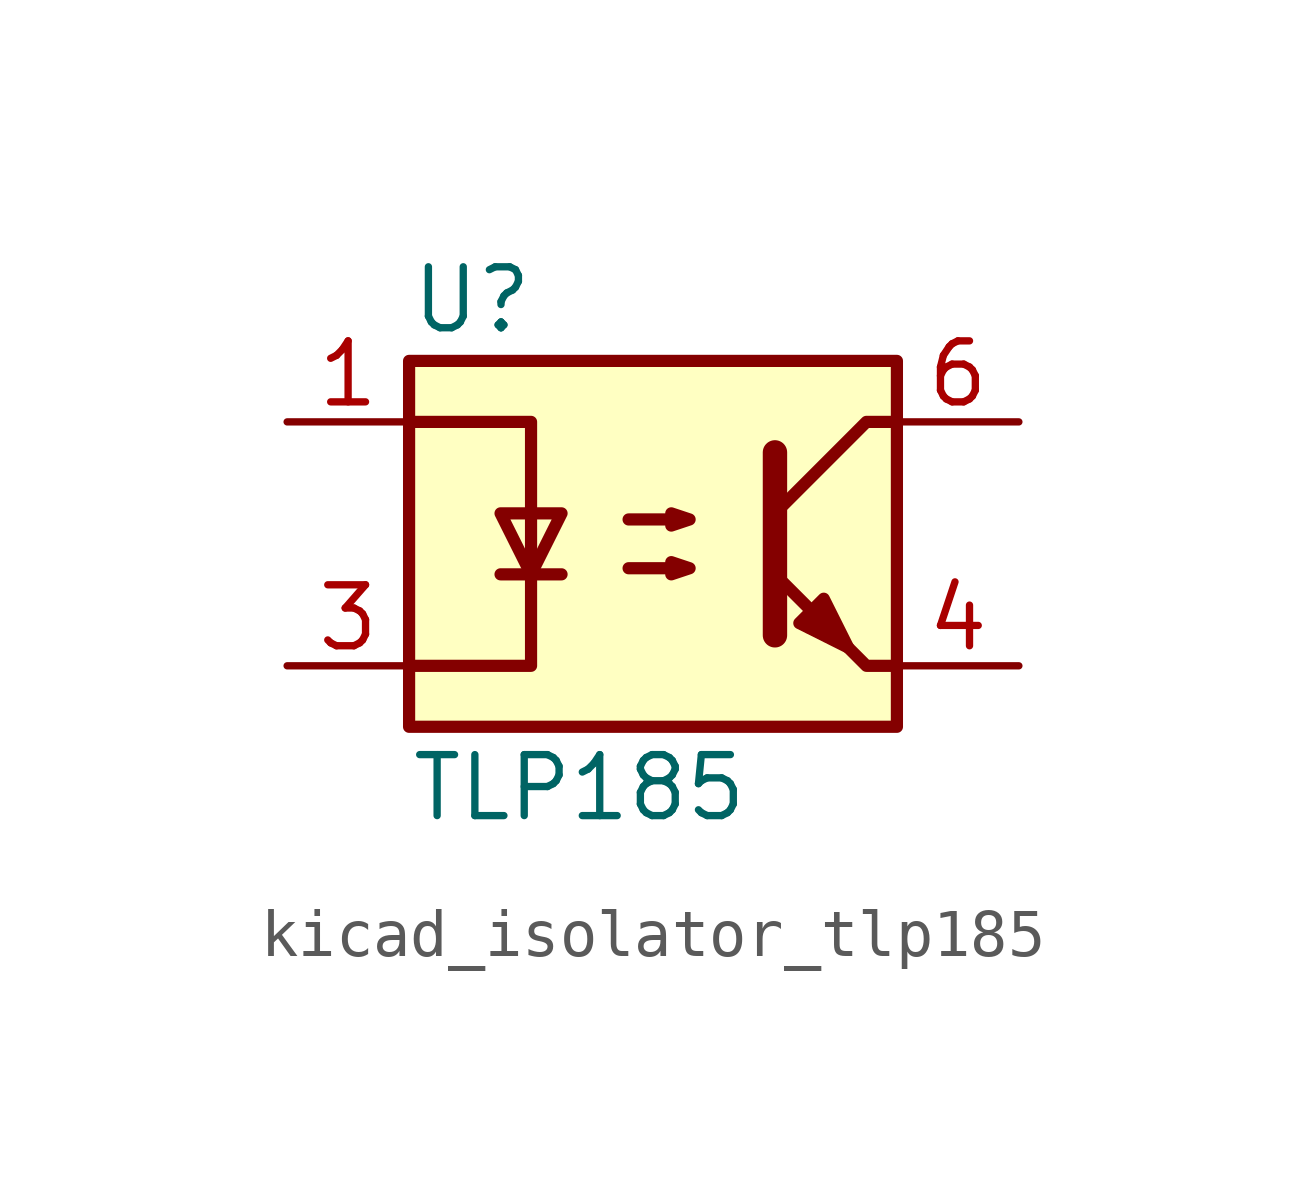
<source format=kicad_sym>
(kicad_symbol_lib
  (version 20220914)
  (generator kicad_symbol_editor)
  (symbol "kicad_isolator_tlp185"
    (property "Reference" "U"
      (at -5.08 5.08 0)
      (effects (font (size 1.27 1.27)) (justify left)))
    (property "Value" "TLP185"
      (at -5.08 -5.08 0)
      (effects (font (size 1.27 1.27)) (justify left)))
    (symbol "kicad_isolator_tlp185_0_1"
      (rectangle (start -5.08 3.81) (end 5.08 -3.81) (stroke (width 0.254) (type default)) (fill (type background)))
      (polyline (pts (xy -3.175 -0.635) (xy -1.905 -0.635)) (stroke (width 0.254) (type default)) (fill (type none)))
      (polyline (pts (xy 2.54 1.905) (xy 2.54 -1.905) (xy 2.54 -1.905)) (stroke (width 0.508) (type default)) (fill (type none)))
      (polyline (pts (xy 5.08 -2.54) (xy 4.445 -2.54) (xy 2.54 -0.635)) (stroke (width 0.254) (type default)) (fill (type none)))
      (polyline (pts (xy 5.08 2.54) (xy 4.445 2.54) (xy 2.54 0.635)) (stroke (width 0.254) (type default)) (fill (type none)))
      (polyline (pts (xy -5.08 -2.54) (xy -2.54 -2.54) (xy -2.54 2.54) (xy -5.08 2.54)) (stroke (width 0.254) (type default)) (fill (type none)))
      (polyline (pts (xy -2.54 -0.635) (xy -3.175 0.635) (xy -1.905 0.635) (xy -2.54 -0.635)) (stroke (width 0.254) (type default)) (fill (type none)))
      (polyline (pts (xy -0.508 -0.508) (xy 0.762 -0.508) (xy 0.381 -0.635) (xy 0.381 -0.381) (xy 0.762 -0.508)) (stroke (width 0.254) (type default)) (fill (type none)))
      (polyline (pts (xy -0.508 0.508) (xy 0.762 0.508) (xy 0.381 0.381) (xy 0.381 0.635) (xy 0.762 0.508)) (stroke (width 0.254) (type default)) (fill (type none)))
      (polyline (pts (xy 3.048 -1.651) (xy 3.556 -1.143) (xy 4.064 -2.159) (xy 3.048 -1.651) (xy 3.048 -1.651)) (stroke (width 0.254) (type default)) (fill (type outline))))
    (symbol "kicad_isolator_tlp185_1_1"
      (pin passive line (at -7.62 2.54 0) (length 2.54) (name "~" (effects (font (size 1.27 1.27)))) (number "1" (effects (font (size 1.27 1.27)))))
      (pin passive line (at -7.62 -2.54 0) (length 2.54) (name "~" (effects (font (size 1.27 1.27)))) (number "3" (effects (font (size 1.27 1.27)))))
      (pin passive line (at 7.62 -2.54 180) (length 2.54) (name "~" (effects (font (size 1.27 1.27)))) (number "4" (effects (font (size 1.27 1.27)))))
      (pin passive line (at 7.62 2.54 180) (length 2.54) (name "~" (effects (font (size 1.27 1.27)))) (number "6" (effects (font (size 1.27 1.27))))))))
</source>
